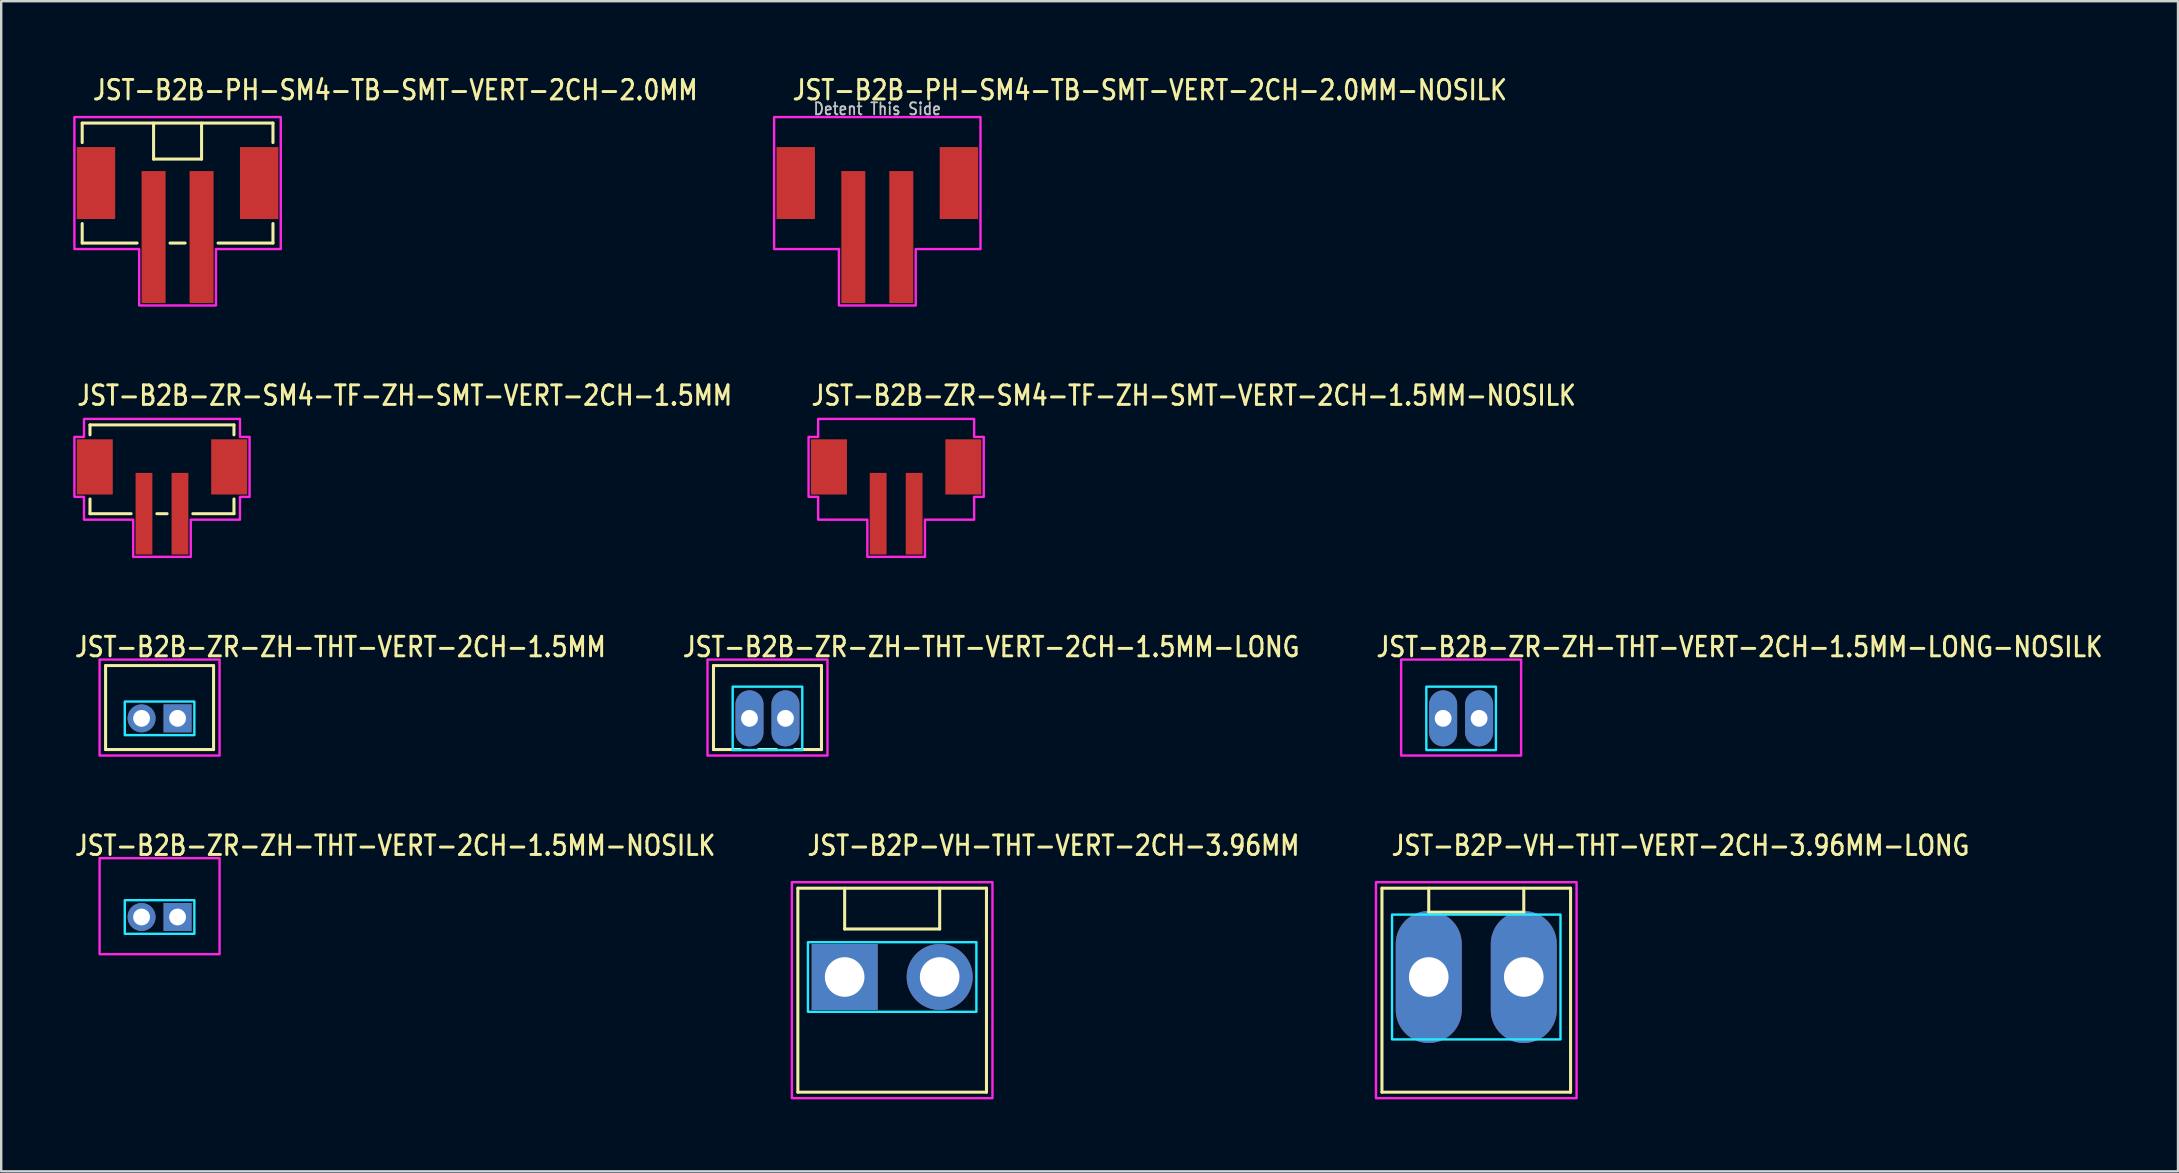
<source format=kicad_pcb>
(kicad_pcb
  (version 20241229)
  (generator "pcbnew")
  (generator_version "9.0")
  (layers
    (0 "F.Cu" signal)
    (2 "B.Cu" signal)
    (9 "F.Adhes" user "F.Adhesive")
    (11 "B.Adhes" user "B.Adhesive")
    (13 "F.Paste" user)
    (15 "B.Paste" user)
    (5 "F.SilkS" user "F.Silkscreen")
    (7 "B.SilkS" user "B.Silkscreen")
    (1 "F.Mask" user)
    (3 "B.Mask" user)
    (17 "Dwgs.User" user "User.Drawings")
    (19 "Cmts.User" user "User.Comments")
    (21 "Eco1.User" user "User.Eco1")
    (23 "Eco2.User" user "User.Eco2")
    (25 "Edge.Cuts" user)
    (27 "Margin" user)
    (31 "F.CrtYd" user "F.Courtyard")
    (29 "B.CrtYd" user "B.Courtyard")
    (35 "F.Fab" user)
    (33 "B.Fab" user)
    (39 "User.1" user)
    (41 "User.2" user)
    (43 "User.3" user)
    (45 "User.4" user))
  (footprint "JST-B2B-ZR-ZH-THT-VERT-2CH-1.5MM"
    (layer "F.Cu")
    (at 3.6 26.886)
    (property "Reference" "JST-B2B-ZR-ZH-THT-VERT-2CH-1.5MM" (at -3.6 -2.5 0) (unlocked yes) (layer "F.SilkS") (effects (font (size 0.813 0.695) (thickness 0.122)) (justify left bottom)))
    (fp_line (start -2.25 -2.2) (end 2.25 -2.2) (stroke (width 0.127) (type solid)) (layer "F.SilkS"))
    (fp_line (start -2.25 1.3) (end -2.25 -2.2) (stroke (width 0.127) (type solid)) (layer "F.SilkS"))
    (fp_line (start -2.25 1.3) (end 2.25 1.3) (stroke (width 0.127) (type solid)) (layer "F.SilkS"))
    (fp_line (start 2.25 -2.2) (end 2.25 1.3) (stroke (width 0.127) (type solid)) (layer "F.SilkS"))
    (fp_poly (pts (xy -1.45 -0.7) (xy -1.45 0.7) (xy 1.45 0.7) (xy 1.45 -0.7)) (stroke (width 0.1) (type solid)) (fill no) (layer "B.CrtYd"))
    (fp_poly (pts (xy -2.5 -2.45) (xy -2.5 1.55) (xy 2.5 1.55) (xy 2.5 -2.45)) (stroke (width 0.1) (type solid)) (fill no) (layer "F.CrtYd"))
    (pad "1" thru_hole rect (at 0.75 0) (size 1.167 1.167) (drill 0.7) (layers "*.Cu" "*.Mask"))
    (pad "2" thru_hole oval (at -0.75 0) (size 1.167 1.167) (drill 0.7) (layers "*.Cu" "*.Mask")))
  (footprint "JST-B2B-PH-SM4-TB-SMT-VERT-2CH-2.0MM"
    (layer "F.Cu")
    (at 4.35 4.579)
    (property "Reference" "JST-B2B-PH-SM4-TB-SMT-VERT-2CH-2.0MM" (at -3.6 -3.4 0) (unlocked yes) (layer "F.SilkS") (effects (font (size 0.813 0.695) (thickness 0.122)) (justify left bottom)))
    (fp_line (start -3.975 -2.5) (end -3.975 -1.687) (stroke (width 0.127) (type solid)) (layer "F.SilkS"))
    (fp_line (start -3.975 -2.5) (end 3.975 -2.5) (stroke (width 0.127) (type solid)) (layer "F.SilkS"))
    (fp_line (start -3.975 2.5) (end -3.975 1.687) (stroke (width 0.127) (type solid)) (layer "F.SilkS"))
    (fp_line (start -3.975 2.5) (end -1.687 2.5) (stroke (width 0.127) (type solid)) (layer "F.SilkS"))
    (fp_line (start -1 -2.5) (end -1 -1) (stroke (width 0.127) (type solid)) (layer "F.SilkS"))
    (fp_line (start -1 -1) (end 1 -1) (stroke (width 0.127) (type solid)) (layer "F.SilkS"))
    (fp_line (start -0.314 2.5) (end 0.314 2.5) (stroke (width 0.127) (type solid)) (layer "F.SilkS"))
    (fp_line (start 1 -1) (end 1 -2.5) (stroke (width 0.127) (type solid)) (layer "F.SilkS"))
    (fp_line (start 1.687 2.5) (end 3.975 2.5) (stroke (width 0.127) (type solid)) (layer "F.SilkS"))
    (fp_line (start 3.975 -1.687) (end 3.975 -2.5) (stroke (width 0.127) (type solid)) (layer "F.SilkS"))
    (fp_line (start 3.975 1.687) (end 3.975 2.5) (stroke (width 0.127) (type solid)) (layer "F.SilkS"))
    (fp_poly (pts (xy -4.3 -2.75) (xy -4.3 2.75) (xy -1.6 2.75) (xy -1.6 5.1) (xy 1.6 5.1) (xy 1.6 2.75) (xy 4.3 2.75) (xy 4.3 -2.75)) (stroke (width 0.1) (type solid)) (fill no) (layer "F.CrtYd"))
    (pad "1" smd rect (at -1 2.25) (size 1 5.5) (layers "F.Cu" "F.Mask" "F.Paste"))
    (pad "2" smd rect (at 1 2.25) (size 1 5.5) (layers "F.Cu" "F.Mask" "F.Paste"))
    (pad "S_1" smd rect (at -3.4 0) (size 1.6 3) (layers "F.Cu" "F.Mask" "F.Paste"))
    (pad "S_2" smd rect (at 3.4 0) (size 1.6 3) (layers "F.Cu" "F.Mask" "F.Paste")))
  (footprint "JST-B2B-ZR-ZH-THT-VERT-2CH-1.5MM-LONG-NOSILK"
    (layer "F.Cu")
    (at 57.839 26.886)
    (property "Reference" "JST-B2B-ZR-ZH-THT-VERT-2CH-1.5MM-LONG-NOSILK" (at -3.6 -2.5 0) (unlocked yes) (layer "F.SilkS") (effects (font (size 0.813 0.695) (thickness 0.122)) (justify left bottom)))
    (fp_poly (pts (xy -1.45 -1.32) (xy -1.45 1.32) (xy 1.45 1.32) (xy 1.45 -1.32)) (stroke (width 0.1) (type solid)) (fill no) (layer "B.CrtYd"))
    (fp_poly (pts (xy -2.5 -2.45) (xy -2.5 1.55) (xy 2.5 1.55) (xy 2.5 -2.45)) (stroke (width 0.1) (type solid)) (fill no) (layer "F.CrtYd"))
    (pad "1" thru_hole oval (at 0.75 0 90) (size 2.333 1.167) (drill 0.7) (layers "*.Cu" "*.Mask"))
    (pad "2" thru_hole oval (at -0.75 0 90) (size 2.333 1.167) (drill 0.7) (layers "*.Cu" "*.Mask")))
  (footprint "JST-B2B-PH-SM4-TB-SMT-VERT-2CH-2.0MM-NOSILK"
    (layer "F.Cu")
    (at 33.51 4.579)
    (property "Reference" "JST-B2B-PH-SM4-TB-SMT-VERT-2CH-2.0MM-NOSILK" (at -3.6 -3.4 0) (unlocked yes) (layer "F.SilkS") (effects (font (size 0.813 0.695) (thickness 0.122)) (justify left bottom)))
    (fp_poly (pts (xy -4.3 -2.75) (xy -4.3 2.75) (xy -1.6 2.75) (xy -1.6 5.1) (xy 1.6 5.1) (xy 1.6 2.75) (xy 4.3 2.75) (xy 4.3 -2.75)) (stroke (width 0.1) (type solid)) (fill no) (layer "F.CrtYd"))
    (fp_text user "Detent This Side" (at 0 -2.8 0) (unlocked yes) (layer "Dwgs.User") (effects (font (size 0.5 0.427) (thickness 0.075)) (justify bottom)))
    (pad "1" smd rect (at -1 2.25) (size 1 5.5) (layers "F.Cu" "F.Mask" "F.Paste"))
    (pad "2" smd rect (at 1 2.25) (size 1 5.5) (layers "F.Cu" "F.Mask" "F.Paste"))
    (pad "S_1" smd rect (at -3.4 0) (size 1.6 3) (layers "F.Cu" "F.Mask" "F.Paste"))
    (pad "S_2" smd rect (at 3.4 0) (size 1.6 3) (layers "F.Cu" "F.Mask" "F.Paste")))
  (footprint "JST-B2B-ZR-ZH-THT-VERT-2CH-1.5MM-LONG"
    (layer "F.Cu")
    (at 28.933 26.886)
    (property "Reference" "JST-B2B-ZR-ZH-THT-VERT-2CH-1.5MM-LONG" (at -3.6 -2.5 0) (unlocked yes) (layer "F.SilkS") (effects (font (size 0.813 0.695) (thickness 0.122)) (justify left bottom)))
    (fp_line (start -2.25 -2.2) (end 2.25 -2.2) (stroke (width 0.127) (type solid)) (layer "F.SilkS"))
    (fp_line (start -2.25 1.3) (end -2.25 -2.2) (stroke (width 0.127) (type solid)) (layer "F.SilkS"))
    (fp_line (start -2.25 1.3) (end -1.125 1.3) (stroke (width 0.127) (type solid)) (layer "F.SilkS"))
    (fp_line (start -0.375 1.3) (end 0.375 1.3) (stroke (width 0.127) (type solid)) (layer "F.SilkS"))
    (fp_line (start 1.125 1.3) (end 2.25 1.3) (stroke (width 0.127) (type solid)) (layer "F.SilkS"))
    (fp_line (start 2.25 -2.2) (end 2.25 1.3) (stroke (width 0.127) (type solid)) (layer "F.SilkS"))
    (fp_poly (pts (xy -1.45 -1.32) (xy -1.45 1.32) (xy 1.45 1.32) (xy 1.45 -1.32)) (stroke (width 0.1) (type solid)) (fill no) (layer "B.CrtYd"))
    (fp_poly (pts (xy -2.5 -2.45) (xy -2.5 1.55) (xy 2.5 1.55) (xy 2.5 -2.45)) (stroke (width 0.1) (type solid)) (fill no) (layer "F.CrtYd"))
    (pad "1" thru_hole oval (at 0.75 0 90) (size 2.333 1.167) (drill 0.7) (layers "*.Cu" "*.Mask"))
    (pad "2" thru_hole oval (at -0.75 0 90) (size 2.333 1.167) (drill 0.7) (layers "*.Cu" "*.Mask")))
  (footprint "JST-B2P-VH-THT-VERT-2CH-3.96MM-LONG"
    (layer "F.Cu")
    (at 58.47 37.664)
    (property "Reference" "JST-B2P-VH-THT-VERT-2CH-3.96MM-LONG" (at -3.6 -5 0) (unlocked yes) (layer "F.SilkS") (effects (font (size 0.813 0.695) (thickness 0.122)) (justify left bottom)))
    (fp_line (start -3.93 -3.7) (end 3.93 -3.7) (stroke (width 0.127) (type solid)) (layer "F.SilkS"))
    (fp_line (start -3.93 4.8) (end -3.93 -3.7) (stroke (width 0.127) (type solid)) (layer "F.SilkS"))
    (fp_line (start -3.93 4.8) (end 3.93 4.8) (stroke (width 0.127) (type solid)) (layer "F.SilkS"))
    (fp_line (start -1.98 -3.7) (end -1.98 -2.7) (stroke (width 0.127) (type solid)) (layer "F.SilkS"))
    (fp_line (start -1.98 -2.7) (end 1.98 -2.7) (stroke (width 0.127) (type solid)) (layer "F.SilkS"))
    (fp_line (start 1.98 -3.7) (end 1.98 -2.7) (stroke (width 0.127) (type solid)) (layer "F.SilkS"))
    (fp_line (start 3.93 -3.7) (end 3.93 4.8) (stroke (width 0.127) (type solid)) (layer "F.SilkS"))
    (fp_poly (pts (xy -3.51 -2.6) (xy -3.51 2.6) (xy 3.51 2.6) (xy 3.51 -2.6)) (stroke (width 0.1) (type solid)) (fill no) (layer "B.CrtYd"))
    (fp_poly (pts (xy -4.18 -3.95) (xy -4.18 5.05) (xy 4.18 5.05) (xy 4.18 -3.95)) (stroke (width 0.1) (type solid)) (fill no) (layer "F.CrtYd"))
    (pad "1" thru_hole oval (at -1.98 0 90) (size 5.5 2.75) (drill 1.65) (layers "*.Cu" "*.Mask"))
    (pad "2" thru_hole oval (at 1.98 0 90) (size 5.5 2.75) (drill 1.65) (layers "*.Cu" "*.Mask")))
  (footprint "JST-B2B-ZR-SM4-TF-ZH-SMT-VERT-2CH-1.5MM-NOSILK"
    (layer "F.Cu")
    (at 34.295 16.407)
    (property "Reference" "JST-B2B-ZR-SM4-TF-ZH-SMT-VERT-2CH-1.5MM-NOSILK" (at -3.6 -2.5 0) (unlocked yes) (layer "F.SilkS") (effects (font (size 0.813 0.695) (thickness 0.122)) (justify left bottom)))
    (fp_poly (pts (xy -3.25 -2) (xy -3.25 -1.25) (xy -3.65 -1.25) (xy -3.65 1.25) (xy -3.25 1.25) (xy -3.25 2.2) (xy -1.2 2.2) (xy -1.2 3.75) (xy 1.2 3.75) (xy 1.2 2.2) (xy 3.25 2.2) (xy 3.25 1.25) (xy 3.65 1.25) (xy 3.65 -1.25) (xy 3.25 -1.25) (xy 3.25 -2)) (stroke (width 0.1) (type solid)) (fill no) (layer "F.CrtYd"))
    (pad "1" smd rect (at -0.75 1.95) (size 0.7 3.4) (layers "F.Cu" "F.Mask" "F.Paste"))
    (pad "2" smd rect (at 0.75 1.95) (size 0.7 3.4) (layers "F.Cu" "F.Mask" "F.Paste"))
    (pad "3" smd rect (at 2.8 0) (size 1.5 2.3) (layers "F.Cu" "F.Mask" "F.Paste"))
    (pad "4" smd rect (at -2.8 0) (size 1.5 2.3) (layers "F.Cu" "F.Mask" "F.Paste")))
  (footprint "JST-B2P-VH-THT-VERT-2CH-3.96MM"
    (layer "F.Cu")
    (at 34.129 37.664)
    (property "Reference" "JST-B2P-VH-THT-VERT-2CH-3.96MM" (at -3.6 -5 0) (unlocked yes) (layer "F.SilkS") (effects (font (size 0.813 0.695) (thickness 0.122)) (justify left bottom)))
    (fp_line (start -3.93 -3.7) (end 3.93 -3.7) (stroke (width 0.127) (type solid)) (layer "F.SilkS"))
    (fp_line (start -3.93 4.8) (end -3.93 -3.7) (stroke (width 0.127) (type solid)) (layer "F.SilkS"))
    (fp_line (start -3.93 4.8) (end 3.93 4.8) (stroke (width 0.127) (type solid)) (layer "F.SilkS"))
    (fp_line (start -1.98 -3.7) (end -1.98 -2) (stroke (width 0.127) (type solid)) (layer "F.SilkS"))
    (fp_line (start -1.98 -2) (end 1.98 -2) (stroke (width 0.127) (type solid)) (layer "F.SilkS"))
    (fp_line (start 1.98 -3.7) (end 1.98 -2) (stroke (width 0.127) (type solid)) (layer "F.SilkS"))
    (fp_line (start 3.93 -3.7) (end 3.93 4.8) (stroke (width 0.127) (type solid)) (layer "F.SilkS"))
    (fp_poly (pts (xy -3.51 -1.45) (xy -3.51 1.45) (xy 3.51 1.45) (xy 3.51 -1.45)) (stroke (width 0.1) (type solid)) (fill no) (layer "B.CrtYd"))
    (fp_poly (pts (xy -4.18 -3.95) (xy -4.18 5.05) (xy 4.18 5.05) (xy 4.18 -3.95)) (stroke (width 0.1) (type solid)) (fill no) (layer "F.CrtYd"))
    (pad "1" thru_hole rect (at -1.98 0) (size 2.75 2.75) (drill 1.65) (layers "*.Cu" "*.Mask"))
    (pad "2" thru_hole oval (at 1.98 0) (size 2.75 2.75) (drill 1.65) (layers "*.Cu" "*.Mask")))
  (footprint "JST-B2B-ZR-ZH-THT-VERT-2CH-1.5MM-NOSILK"
    (layer "F.Cu")
    (at 3.6 35.164)
    (property "Reference" "JST-B2B-ZR-ZH-THT-VERT-2CH-1.5MM-NOSILK" (at -3.6 -2.5 0) (unlocked yes) (layer "F.SilkS") (effects (font (size 0.813 0.695) (thickness 0.122)) (justify left bottom)))
    (fp_poly (pts (xy -1.45 -0.7) (xy -1.45 0.7) (xy 1.45 0.7) (xy 1.45 -0.7)) (stroke (width 0.1) (type solid)) (fill no) (layer "B.CrtYd"))
    (fp_poly (pts (xy -2.5 -2.45) (xy -2.5 1.55) (xy 2.5 1.55) (xy 2.5 -2.45)) (stroke (width 0.1) (type solid)) (fill no) (layer "F.CrtYd"))
    (pad "1" thru_hole rect (at 0.75 0) (size 1.167 1.167) (drill 0.7) (layers "*.Cu" "*.Mask"))
    (pad "2" thru_hole oval (at -0.75 0) (size 1.167 1.167) (drill 0.7) (layers "*.Cu" "*.Mask")))
  (footprint "JST-B2B-ZR-SM4-TF-ZH-SMT-VERT-2CH-1.5MM"
    (layer "F.Cu")
    (at 3.7 16.407)
    (property "Reference" "JST-B2B-ZR-SM4-TF-ZH-SMT-VERT-2CH-1.5MM" (at -3.6 -2.5 0) (unlocked yes) (layer "F.SilkS") (effects (font (size 0.813 0.695) (thickness 0.122)) (justify left bottom)))
    (fp_line (start -3 -1.75) (end -3 -1.337) (stroke (width 0.127) (type solid)) (layer "F.SilkS"))
    (fp_line (start -3 -1.75) (end 3 -1.75) (stroke (width 0.127) (type solid)) (layer "F.SilkS"))
    (fp_line (start -3 1.95) (end -3 1.337) (stroke (width 0.127) (type solid)) (layer "F.SilkS"))
    (fp_line (start -3 1.95) (end -1.286 1.95) (stroke (width 0.127) (type solid)) (layer "F.SilkS"))
    (fp_line (start -0.213 1.95) (end 0.213 1.95) (stroke (width 0.127) (type solid)) (layer "F.SilkS"))
    (fp_line (start 1.286 1.95) (end 3 1.95) (stroke (width 0.127) (type solid)) (layer "F.SilkS"))
    (fp_line (start 3 -1.337) (end 3 -1.75) (stroke (width 0.127) (type solid)) (layer "F.SilkS"))
    (fp_line (start 3 1.337) (end 3 1.95) (stroke (width 0.127) (type solid)) (layer "F.SilkS"))
    (fp_poly (pts (xy -3.25 -2) (xy -3.25 -1.25) (xy -3.65 -1.25) (xy -3.65 1.25) (xy -3.25 1.25) (xy -3.25 2.2) (xy -1.2 2.2) (xy -1.2 3.75) (xy 1.2 3.75) (xy 1.2 2.2) (xy 3.25 2.2) (xy 3.25 1.25) (xy 3.65 1.25) (xy 3.65 -1.25) (xy 3.25 -1.25) (xy 3.25 -2)) (stroke (width 0.1) (type solid)) (fill no) (layer "F.CrtYd"))
    (pad "1" smd rect (at -0.75 1.95) (size 0.7 3.4) (layers "F.Cu" "F.Mask" "F.Paste"))
    (pad "2" smd rect (at 0.75 1.95) (size 0.7 3.4) (layers "F.Cu" "F.Mask" "F.Paste"))
    (pad "S_3" smd rect (at 2.8 0) (size 1.5 2.3) (layers "F.Cu" "F.Mask" "F.Paste"))
    (pad "S_4" smd rect (at -2.8 0) (size 1.5 2.3) (layers "F.Cu" "F.Mask" "F.Paste")))
  (gr_rect
    (start -3 -3)
    (end 87.713 45.764)
    (stroke (width 0.1) (type default))
    (fill no)
    (layer "Edge.Cuts")))
</source>
